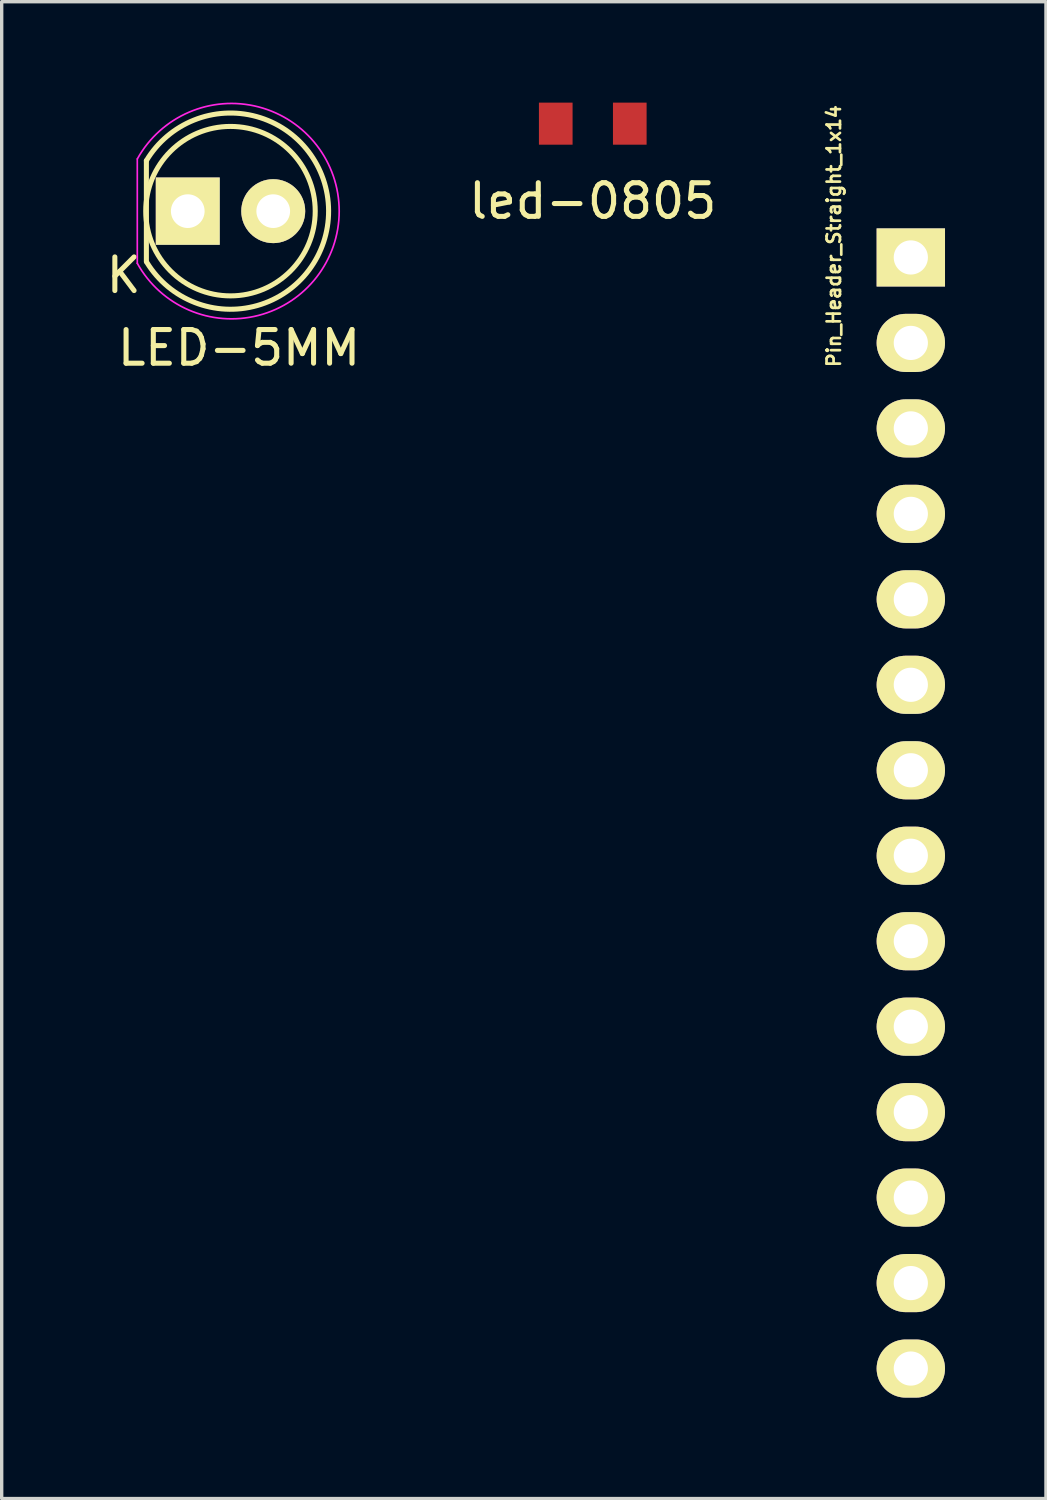
<source format=kicad_pcb>
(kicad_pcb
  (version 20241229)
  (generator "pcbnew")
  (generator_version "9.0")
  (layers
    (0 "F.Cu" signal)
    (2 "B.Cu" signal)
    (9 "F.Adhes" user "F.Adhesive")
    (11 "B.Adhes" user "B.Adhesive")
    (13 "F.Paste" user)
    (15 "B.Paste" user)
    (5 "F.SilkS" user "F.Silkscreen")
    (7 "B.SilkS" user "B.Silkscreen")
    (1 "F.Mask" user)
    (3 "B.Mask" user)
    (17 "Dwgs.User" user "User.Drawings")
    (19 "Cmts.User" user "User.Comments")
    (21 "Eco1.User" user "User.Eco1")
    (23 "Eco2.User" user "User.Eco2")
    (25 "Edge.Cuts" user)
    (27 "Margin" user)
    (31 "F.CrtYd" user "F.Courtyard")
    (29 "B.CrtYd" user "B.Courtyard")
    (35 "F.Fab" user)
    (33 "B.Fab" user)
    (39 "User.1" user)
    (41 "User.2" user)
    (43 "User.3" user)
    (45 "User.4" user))
  (footprint "led-0805"
    (layer "F.Cu")
    (at 14.566 0.625)
    (property "Reference" "led-0805" (at 0 2.3 0) (layer "F.SilkS") (effects (font (size 1 1) (thickness 0.15))))
    (attr through_hole)
    (pad "1" smd rect (at -1.1 0) (size 1 1.25) (layers "F.Cu" "F.Mask" "F.Paste"))
    (pad "2" smd rect (at 1.1 0) (size 1 1.25) (layers "F.Cu" "F.Mask" "F.Paste")))
  (footprint "Pin_Header_Straight_1x14"
    (layer "F.Cu")
    (at 24.018 4.601)
    (property "Reference" "Pin_Header_Straight_1x14" (at -2.286 -0.635 90) (layer "F.SilkS") (effects (font (size 0.4 0.4) (thickness 0.08))))
    (attr through_hole)
    (pad "1" thru_hole rect (at 0 0) (size 2.032 1.727) (drill 1.016) (layers "*.Cu" "*.Mask" "F.SilkS"))
    (pad "2" thru_hole oval (at 0 2.54) (size 2.032 1.727) (drill 1.016) (layers "*.Cu" "*.Mask" "F.SilkS"))
    (pad "3" thru_hole oval (at 0 5.08) (size 2.032 1.727) (drill 1.016) (layers "*.Cu" "*.Mask" "F.SilkS"))
    (pad "4" thru_hole oval (at 0 7.62) (size 2.032 1.727) (drill 1.016) (layers "*.Cu" "*.Mask" "F.SilkS"))
    (pad "5" thru_hole oval (at 0 10.16) (size 2.032 1.727) (drill 1.016) (layers "*.Cu" "*.Mask" "F.SilkS"))
    (pad "6" thru_hole oval (at 0 12.7) (size 2.032 1.727) (drill 1.016) (layers "*.Cu" "*.Mask" "F.SilkS"))
    (pad "7" thru_hole oval (at 0 15.24) (size 2.032 1.727) (drill 1.016) (layers "*.Cu" "*.Mask" "F.SilkS"))
    (pad "8" thru_hole oval (at 0 17.78) (size 2.032 1.727) (drill 1.016) (layers "*.Cu" "*.Mask" "F.SilkS"))
    (pad "9" thru_hole oval (at 0 20.32) (size 2.032 1.727) (drill 1.016) (layers "*.Cu" "*.Mask" "F.SilkS"))
    (pad "10" thru_hole oval (at 0 22.86) (size 2.032 1.727) (drill 1.016) (layers "*.Cu" "*.Mask" "F.SilkS"))
    (pad "11" thru_hole oval (at 0 25.4) (size 2.032 1.727) (drill 1.016) (layers "*.Cu" "*.Mask" "F.SilkS"))
    (pad "12" thru_hole oval (at 0 27.94) (size 2.032 1.727) (drill 1.016) (layers "*.Cu" "*.Mask" "F.SilkS"))
    (pad "13" thru_hole oval (at 0 30.48) (size 2.032 1.727) (drill 1.016) (layers "*.Cu" "*.Mask" "F.SilkS"))
    (pad "14" thru_hole oval (at 0 33.02) (size 2.032 1.727) (drill 1.016) (layers "*.Cu" "*.Mask" "F.SilkS")))
  (footprint "LED-5MM"
    (layer "F.Cu")
    (at 2.53 3.225)
    (property "Reference" "LED-5MM" (at 1.524 4.064 0) (layer "F.SilkS") (effects (font (size 1 1) (thickness 0.15))))
    (attr through_hole)
    (fp_line (start -1.23 1.5) (end -1.23 -1.5) (stroke (width 0.15) (type solid)) (layer "F.SilkS"))
    (fp_arc (start -1.23 -1.5) (mid 4.18544 -0.014565) (end -1.214888 1.524904) (stroke (width 0.15) (type solid)) (layer "F.SilkS"))
    (fp_circle (center 1.27 0) (end 0.97 -2.5) (stroke (width 0.15) (type solid)) (fill no) (layer "F.SilkS"))
    (fp_line (start -1.5 -1.55) (end -1.5 1.55) (stroke (width 0.05) (type solid)) (layer "F.CrtYd"))
    (fp_arc (start -1.498248 -1.55316) (mid 4.50039 0.001807) (end -1.5 1.55) (stroke (width 0.05) (type solid)) (layer "F.CrtYd"))
    (fp_text user "K" (at -1.905 1.905 0) (layer "F.SilkS") (effects (font (size 1 1) (thickness 0.15))))
    (pad "1" thru_hole rect (at 0 0 90) (size 2 1.9) (drill 1.001) (layers "*.Cu" "*.Mask" "F.SilkS"))
    (pad "2" thru_hole circle (at 2.54 0) (size 1.9 1.9) (drill 1.001) (layers "*.Cu" "*.Mask" "F.SilkS")))
  (gr_rect
    (start -3 -3)
    (end 28.034 41.484)
    (stroke (width 0.1) (type default))
    (fill no)
    (layer "Edge.Cuts")))
</source>
